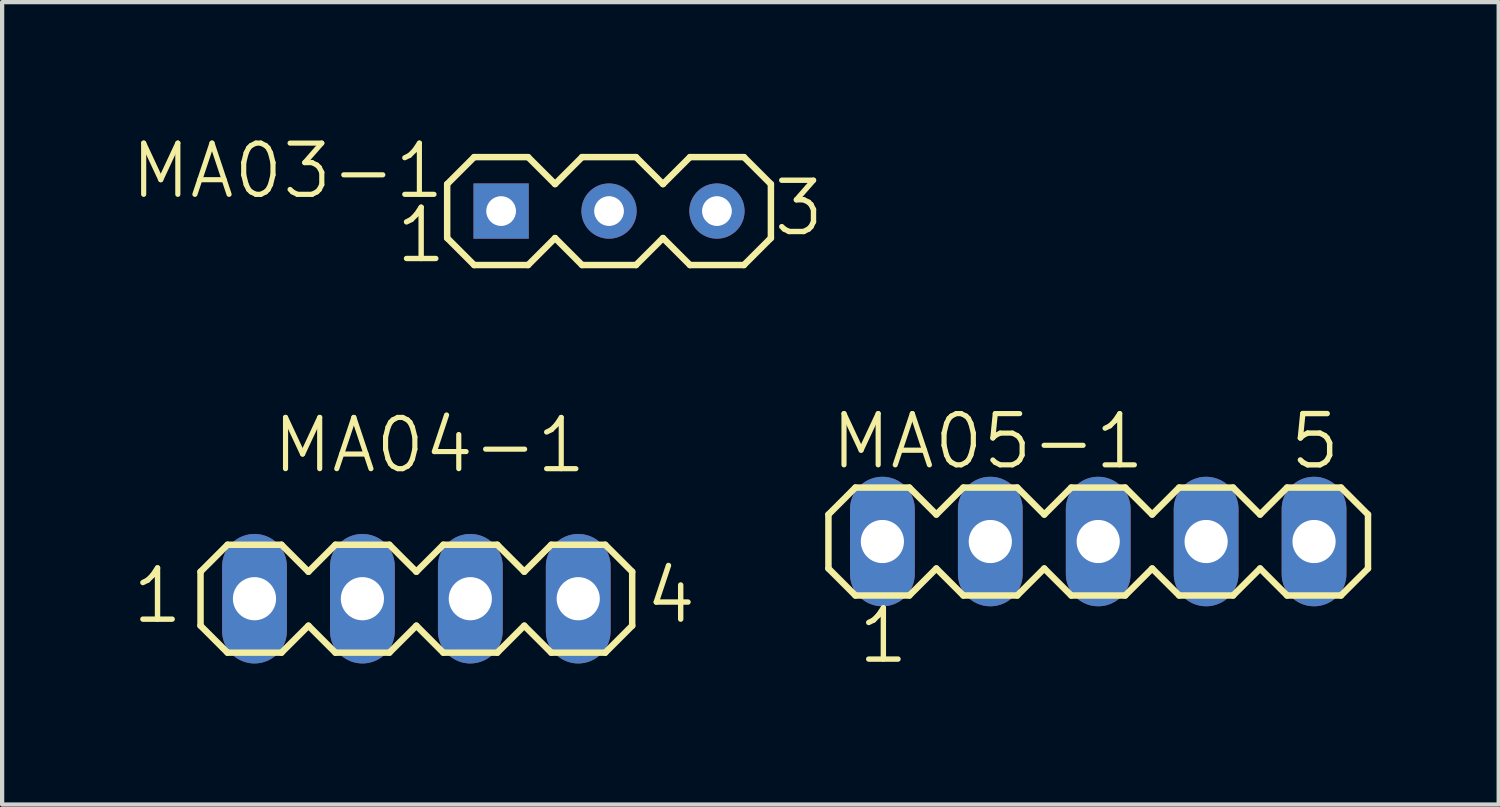
<source format=kicad_pcb>
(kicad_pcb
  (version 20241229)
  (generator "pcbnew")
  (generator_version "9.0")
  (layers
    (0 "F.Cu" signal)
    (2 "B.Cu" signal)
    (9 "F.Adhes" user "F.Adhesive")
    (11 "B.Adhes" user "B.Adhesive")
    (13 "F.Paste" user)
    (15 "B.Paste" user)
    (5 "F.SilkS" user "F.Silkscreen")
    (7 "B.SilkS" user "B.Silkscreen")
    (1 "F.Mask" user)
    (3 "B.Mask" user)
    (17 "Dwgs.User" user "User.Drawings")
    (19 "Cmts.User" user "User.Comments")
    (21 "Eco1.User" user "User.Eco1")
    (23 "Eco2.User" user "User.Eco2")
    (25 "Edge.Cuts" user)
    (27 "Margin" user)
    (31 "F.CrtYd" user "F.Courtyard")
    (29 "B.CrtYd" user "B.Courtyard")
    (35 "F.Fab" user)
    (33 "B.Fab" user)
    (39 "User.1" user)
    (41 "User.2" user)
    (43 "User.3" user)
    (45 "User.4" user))
  (footprint "MA05-1"
    (layer "F.Cu")
    (at 22.799 9.696)
    (property "Reference" "MA05-1" (at -6.35 -1.651 0) (layer "F.SilkS") (effects (font (size 1.206 1.206) (thickness 0.121)) (justify left bottom)))
    (attr through_hole)
    (fp_line (start -6.35 -0.635) (end -6.35 0.635) (stroke (width 0.152) (type solid)) (layer "F.SilkS"))
    (fp_line (start -6.35 0.635) (end -5.715 1.27) (stroke (width 0.152) (type solid)) (layer "F.SilkS"))
    (fp_line (start -5.715 -1.27) (end -6.35 -0.635) (stroke (width 0.152) (type solid)) (layer "F.SilkS"))
    (fp_line (start -5.715 -1.27) (end -4.445 -1.27) (stroke (width 0.152) (type solid)) (layer "F.SilkS"))
    (fp_line (start -4.445 -1.27) (end -3.81 -0.635) (stroke (width 0.152) (type solid)) (layer "F.SilkS"))
    (fp_line (start -4.445 1.27) (end -5.715 1.27) (stroke (width 0.152) (type solid)) (layer "F.SilkS"))
    (fp_line (start -3.81 -0.635) (end -3.175 -1.27) (stroke (width 0.152) (type solid)) (layer "F.SilkS"))
    (fp_line (start -3.81 0.635) (end -4.445 1.27) (stroke (width 0.152) (type solid)) (layer "F.SilkS"))
    (fp_line (start -3.175 -1.27) (end -1.905 -1.27) (stroke (width 0.152) (type solid)) (layer "F.SilkS"))
    (fp_line (start -3.175 1.27) (end -3.81 0.635) (stroke (width 0.152) (type solid)) (layer "F.SilkS"))
    (fp_line (start -1.905 -1.27) (end -1.27 -0.635) (stroke (width 0.152) (type solid)) (layer "F.SilkS"))
    (fp_line (start -1.905 1.27) (end -3.175 1.27) (stroke (width 0.152) (type solid)) (layer "F.SilkS"))
    (fp_line (start -1.27 -0.635) (end -0.635 -1.27) (stroke (width 0.152) (type solid)) (layer "F.SilkS"))
    (fp_line (start -1.27 0.635) (end -1.905 1.27) (stroke (width 0.152) (type solid)) (layer "F.SilkS"))
    (fp_line (start -0.635 -1.27) (end 0.635 -1.27) (stroke (width 0.152) (type solid)) (layer "F.SilkS"))
    (fp_line (start -0.635 1.27) (end -1.27 0.635) (stroke (width 0.152) (type solid)) (layer "F.SilkS"))
    (fp_line (start 0.635 -1.27) (end 1.27 -0.635) (stroke (width 0.152) (type solid)) (layer "F.SilkS"))
    (fp_line (start 0.635 1.27) (end -0.635 1.27) (stroke (width 0.152) (type solid)) (layer "F.SilkS"))
    (fp_line (start 1.27 0.635) (end 0.635 1.27) (stroke (width 0.152) (type solid)) (layer "F.SilkS"))
    (fp_line (start 1.27 0.635) (end 1.905 1.27) (stroke (width 0.152) (type solid)) (layer "F.SilkS"))
    (fp_line (start 1.905 -1.27) (end 1.27 -0.635) (stroke (width 0.152) (type solid)) (layer "F.SilkS"))
    (fp_line (start 1.905 -1.27) (end 3.175 -1.27) (stroke (width 0.152) (type solid)) (layer "F.SilkS"))
    (fp_line (start 3.175 -1.27) (end 3.81 -0.635) (stroke (width 0.152) (type solid)) (layer "F.SilkS"))
    (fp_line (start 3.175 1.27) (end 1.905 1.27) (stroke (width 0.152) (type solid)) (layer "F.SilkS"))
    (fp_line (start 3.81 -0.635) (end 4.445 -1.27) (stroke (width 0.152) (type solid)) (layer "F.SilkS"))
    (fp_line (start 3.81 0.635) (end 3.175 1.27) (stroke (width 0.152) (type solid)) (layer "F.SilkS"))
    (fp_line (start 4.445 -1.27) (end 5.715 -1.27) (stroke (width 0.152) (type solid)) (layer "F.SilkS"))
    (fp_line (start 4.445 1.27) (end 3.81 0.635) (stroke (width 0.152) (type solid)) (layer "F.SilkS"))
    (fp_line (start 5.715 -1.27) (end 6.35 -0.635) (stroke (width 0.152) (type solid)) (layer "F.SilkS"))
    (fp_line (start 5.715 1.27) (end 4.445 1.27) (stroke (width 0.152) (type solid)) (layer "F.SilkS"))
    (fp_line (start 6.35 -0.635) (end 6.35 0.635) (stroke (width 0.152) (type solid)) (layer "F.SilkS"))
    (fp_line (start 6.35 0.635) (end 5.715 1.27) (stroke (width 0.152) (type solid)) (layer "F.SilkS"))
    (fp_poly (pts (xy -5.334 0.254) (xy -4.826 0.254) (xy -4.826 -0.254) (xy -5.334 -0.254)) (stroke (width 0.1) (type solid)) (fill no) (layer "F.Fab"))
    (fp_poly (pts (xy -2.794 0.254) (xy -2.286 0.254) (xy -2.286 -0.254) (xy -2.794 -0.254)) (stroke (width 0.1) (type solid)) (fill no) (layer "F.Fab"))
    (fp_poly (pts (xy -0.254 0.254) (xy 0.254 0.254) (xy 0.254 -0.254) (xy -0.254 -0.254)) (stroke (width 0.1) (type solid)) (fill no) (layer "F.Fab"))
    (fp_poly (pts (xy 2.286 0.254) (xy 2.794 0.254) (xy 2.794 -0.254) (xy 2.286 -0.254)) (stroke (width 0.1) (type solid)) (fill no) (layer "F.Fab"))
    (fp_poly (pts (xy 4.826 0.254) (xy 5.334 0.254) (xy 5.334 -0.254) (xy 4.826 -0.254)) (stroke (width 0.1) (type solid)) (fill no) (layer "F.Fab"))
    (fp_text user "5" (at 4.445 -1.651 0) (layer "F.SilkS") (effects (font (size 1.206 1.206) (thickness 0.127)) (justify left bottom)))
    (fp_text user "1" (at -5.715 2.921 0) (layer "F.SilkS") (effects (font (size 1.206 1.206) (thickness 0.127)) (justify left bottom)))
    (pad "1" thru_hole oval (at -5.08 0 90) (size 3.048 1.524) (drill 1.016) (layers "*.Cu" "*.Mask"))
    (pad "2" thru_hole oval (at -2.54 0 90) (size 3.048 1.524) (drill 1.016) (layers "*.Cu" "*.Mask"))
    (pad "3" thru_hole oval (at 0 0 90) (size 3.048 1.524) (drill 1.016) (layers "*.Cu" "*.Mask"))
    (pad "4" thru_hole oval (at 2.54 0 90) (size 3.048 1.524) (drill 1.016) (layers "*.Cu" "*.Mask"))
    (pad "5" thru_hole oval (at 5.08 0 90) (size 3.048 1.524) (drill 1.016) (layers "*.Cu" "*.Mask")))
  (footprint "MA03-1"
    (layer "F.Cu")
    (at 8.745 1.918)
    (property "Reference" "MA03-1" (at -1.27 -1.651 0) (layer "F.SilkS") (effects (font (size 1.206 1.206) (thickness 0.121)) (justify right top)))
    (attr through_hole)
    (fp_line (start -1.27 -0.635) (end -1.27 0.635) (stroke (width 0.152) (type solid)) (layer "F.SilkS"))
    (fp_line (start -1.27 0.635) (end -0.635 1.27) (stroke (width 0.152) (type solid)) (layer "F.SilkS"))
    (fp_line (start -0.635 -1.27) (end -1.27 -0.635) (stroke (width 0.152) (type solid)) (layer "F.SilkS"))
    (fp_line (start -0.635 -1.27) (end 0.635 -1.27) (stroke (width 0.152) (type solid)) (layer "F.SilkS"))
    (fp_line (start 0.635 -1.27) (end 1.27 -0.635) (stroke (width 0.152) (type solid)) (layer "F.SilkS"))
    (fp_line (start 0.635 1.27) (end -0.635 1.27) (stroke (width 0.152) (type solid)) (layer "F.SilkS"))
    (fp_line (start 1.27 -0.635) (end 1.905 -1.27) (stroke (width 0.152) (type solid)) (layer "F.SilkS"))
    (fp_line (start 1.27 0.635) (end 0.635 1.27) (stroke (width 0.152) (type solid)) (layer "F.SilkS"))
    (fp_line (start 1.905 -1.27) (end 3.175 -1.27) (stroke (width 0.152) (type solid)) (layer "F.SilkS"))
    (fp_line (start 1.905 1.27) (end 1.27 0.635) (stroke (width 0.152) (type solid)) (layer "F.SilkS"))
    (fp_line (start 3.175 -1.27) (end 3.81 -0.635) (stroke (width 0.152) (type solid)) (layer "F.SilkS"))
    (fp_line (start 3.175 1.27) (end 1.905 1.27) (stroke (width 0.152) (type solid)) (layer "F.SilkS"))
    (fp_line (start 3.81 -0.635) (end 4.445 -1.27) (stroke (width 0.152) (type solid)) (layer "F.SilkS"))
    (fp_line (start 3.81 0.635) (end 3.175 1.27) (stroke (width 0.152) (type solid)) (layer "F.SilkS"))
    (fp_line (start 4.445 -1.27) (end 5.715 -1.27) (stroke (width 0.152) (type solid)) (layer "F.SilkS"))
    (fp_line (start 4.445 1.27) (end 3.81 0.635) (stroke (width 0.152) (type solid)) (layer "F.SilkS"))
    (fp_line (start 5.715 -1.27) (end 6.35 -0.635) (stroke (width 0.152) (type solid)) (layer "F.SilkS"))
    (fp_line (start 5.715 1.27) (end 4.445 1.27) (stroke (width 0.152) (type solid)) (layer "F.SilkS"))
    (fp_line (start 6.35 -0.635) (end 6.35 0.635) (stroke (width 0.152) (type solid)) (layer "F.SilkS"))
    (fp_line (start 6.35 0.635) (end 5.715 1.27) (stroke (width 0.152) (type solid)) (layer "F.SilkS"))
    (fp_text user "1" (at -2.54 1.27 0) (layer "F.SilkS") (effects (font (size 1.206 1.206) (thickness 0.127)) (justify left bottom)))
    (fp_text user "3" (at 6.35 0.635 0) (layer "F.SilkS") (effects (font (size 1.206 1.206) (thickness 0.127)) (justify left bottom)))
    (pad "1" thru_hole rect (at 0 0 90) (size 1.3 1.3) (drill 0.7) (layers "*.Cu" "*.Mask"))
    (pad "2" thru_hole circle (at 2.54 0 90) (size 1.3 1.3) (drill 0.7) (layers "*.Cu" "*.Mask"))
    (pad "3" thru_hole circle (at 5.08 0 90) (size 1.3 1.3) (drill 0.7) (layers "*.Cu" "*.Mask")))
  (footprint "MA04-1"
    (layer "F.Cu")
    (at 6.75 11.042)
    (property "Reference" "MA04-1" (at 4.064 -4.318 0) (layer "F.SilkS") (effects (font (size 1.206 1.206) (thickness 0.121)) (justify right top)))
    (attr through_hole)
    (fp_line (start -5.08 -0.635) (end -5.08 0.635) (stroke (width 0.152) (type solid)) (layer "F.SilkS"))
    (fp_line (start -5.08 0.635) (end -4.445 1.27) (stroke (width 0.152) (type solid)) (layer "F.SilkS"))
    (fp_line (start -4.445 -1.27) (end -5.08 -0.635) (stroke (width 0.152) (type solid)) (layer "F.SilkS"))
    (fp_line (start -4.445 -1.27) (end -3.175 -1.27) (stroke (width 0.152) (type solid)) (layer "F.SilkS"))
    (fp_line (start -3.175 -1.27) (end -2.54 -0.635) (stroke (width 0.152) (type solid)) (layer "F.SilkS"))
    (fp_line (start -3.175 1.27) (end -4.445 1.27) (stroke (width 0.152) (type solid)) (layer "F.SilkS"))
    (fp_line (start -2.54 -0.635) (end -1.905 -1.27) (stroke (width 0.152) (type solid)) (layer "F.SilkS"))
    (fp_line (start -2.54 0.635) (end -3.175 1.27) (stroke (width 0.152) (type solid)) (layer "F.SilkS"))
    (fp_line (start -1.905 -1.27) (end -0.635 -1.27) (stroke (width 0.152) (type solid)) (layer "F.SilkS"))
    (fp_line (start -1.905 1.27) (end -2.54 0.635) (stroke (width 0.152) (type solid)) (layer "F.SilkS"))
    (fp_line (start -0.635 -1.27) (end 0 -0.635) (stroke (width 0.152) (type solid)) (layer "F.SilkS"))
    (fp_line (start -0.635 1.27) (end -1.905 1.27) (stroke (width 0.152) (type solid)) (layer "F.SilkS"))
    (fp_line (start 0 -0.635) (end 0.635 -1.27) (stroke (width 0.152) (type solid)) (layer "F.SilkS"))
    (fp_line (start 0 0.635) (end -0.635 1.27) (stroke (width 0.152) (type solid)) (layer "F.SilkS"))
    (fp_line (start 0.635 -1.27) (end 1.905 -1.27) (stroke (width 0.152) (type solid)) (layer "F.SilkS"))
    (fp_line (start 0.635 1.27) (end 0 0.635) (stroke (width 0.152) (type solid)) (layer "F.SilkS"))
    (fp_line (start 1.905 -1.27) (end 2.54 -0.635) (stroke (width 0.152) (type solid)) (layer "F.SilkS"))
    (fp_line (start 1.905 1.27) (end 0.635 1.27) (stroke (width 0.152) (type solid)) (layer "F.SilkS"))
    (fp_line (start 2.54 0.635) (end 1.905 1.27) (stroke (width 0.152) (type solid)) (layer "F.SilkS"))
    (fp_line (start 2.54 0.635) (end 3.175 1.27) (stroke (width 0.152) (type solid)) (layer "F.SilkS"))
    (fp_line (start 3.175 -1.27) (end 2.54 -0.635) (stroke (width 0.152) (type solid)) (layer "F.SilkS"))
    (fp_line (start 3.175 -1.27) (end 4.445 -1.27) (stroke (width 0.152) (type solid)) (layer "F.SilkS"))
    (fp_line (start 4.445 -1.27) (end 5.08 -0.635) (stroke (width 0.152) (type solid)) (layer "F.SilkS"))
    (fp_line (start 4.445 1.27) (end 3.175 1.27) (stroke (width 0.152) (type solid)) (layer "F.SilkS"))
    (fp_line (start 5.08 -0.635) (end 5.08 0.635) (stroke (width 0.152) (type solid)) (layer "F.SilkS"))
    (fp_line (start 5.08 0.635) (end 4.445 1.27) (stroke (width 0.152) (type solid)) (layer "F.SilkS"))
    (fp_poly (pts (xy -4.064 0.254) (xy -3.556 0.254) (xy -3.556 -0.254) (xy -4.064 -0.254)) (stroke (width 0.1) (type solid)) (fill no) (layer "F.Fab"))
    (fp_poly (pts (xy -1.524 0.254) (xy -1.016 0.254) (xy -1.016 -0.254) (xy -1.524 -0.254)) (stroke (width 0.1) (type solid)) (fill no) (layer "F.Fab"))
    (fp_poly (pts (xy 1.016 0.254) (xy 1.524 0.254) (xy 1.524 -0.254) (xy 1.016 -0.254)) (stroke (width 0.1) (type solid)) (fill no) (layer "F.Fab"))
    (fp_poly (pts (xy 3.556 0.254) (xy 4.064 0.254) (xy 4.064 -0.254) (xy 3.556 -0.254)) (stroke (width 0.1) (type solid)) (fill no) (layer "F.Fab"))
    (fp_text user "4" (at 5.334 0.635 0) (layer "F.SilkS") (effects (font (size 1.206 1.206) (thickness 0.127)) (justify left bottom)))
    (fp_text user "1" (at -6.75 0.635 0) (layer "F.SilkS") (effects (font (size 1.206 1.206) (thickness 0.127)) (justify left bottom)))
    (pad "1" thru_hole oval (at -3.81 0 90) (size 3.048 1.524) (drill 1.016) (layers "*.Cu" "*.Mask"))
    (pad "2" thru_hole oval (at -1.27 0 90) (size 3.048 1.524) (drill 1.016) (layers "*.Cu" "*.Mask"))
    (pad "3" thru_hole oval (at 1.27 0 90) (size 3.048 1.524) (drill 1.016) (layers "*.Cu" "*.Mask"))
    (pad "4" thru_hole oval (at 3.81 0 90) (size 3.048 1.524) (drill 1.016) (layers "*.Cu" "*.Mask")))
  (gr_rect
    (start -3 -3)
    (end 32.225 15.887)
    (stroke (width 0.1) (type default))
    (fill no)
    (layer "Edge.Cuts")))
</source>
